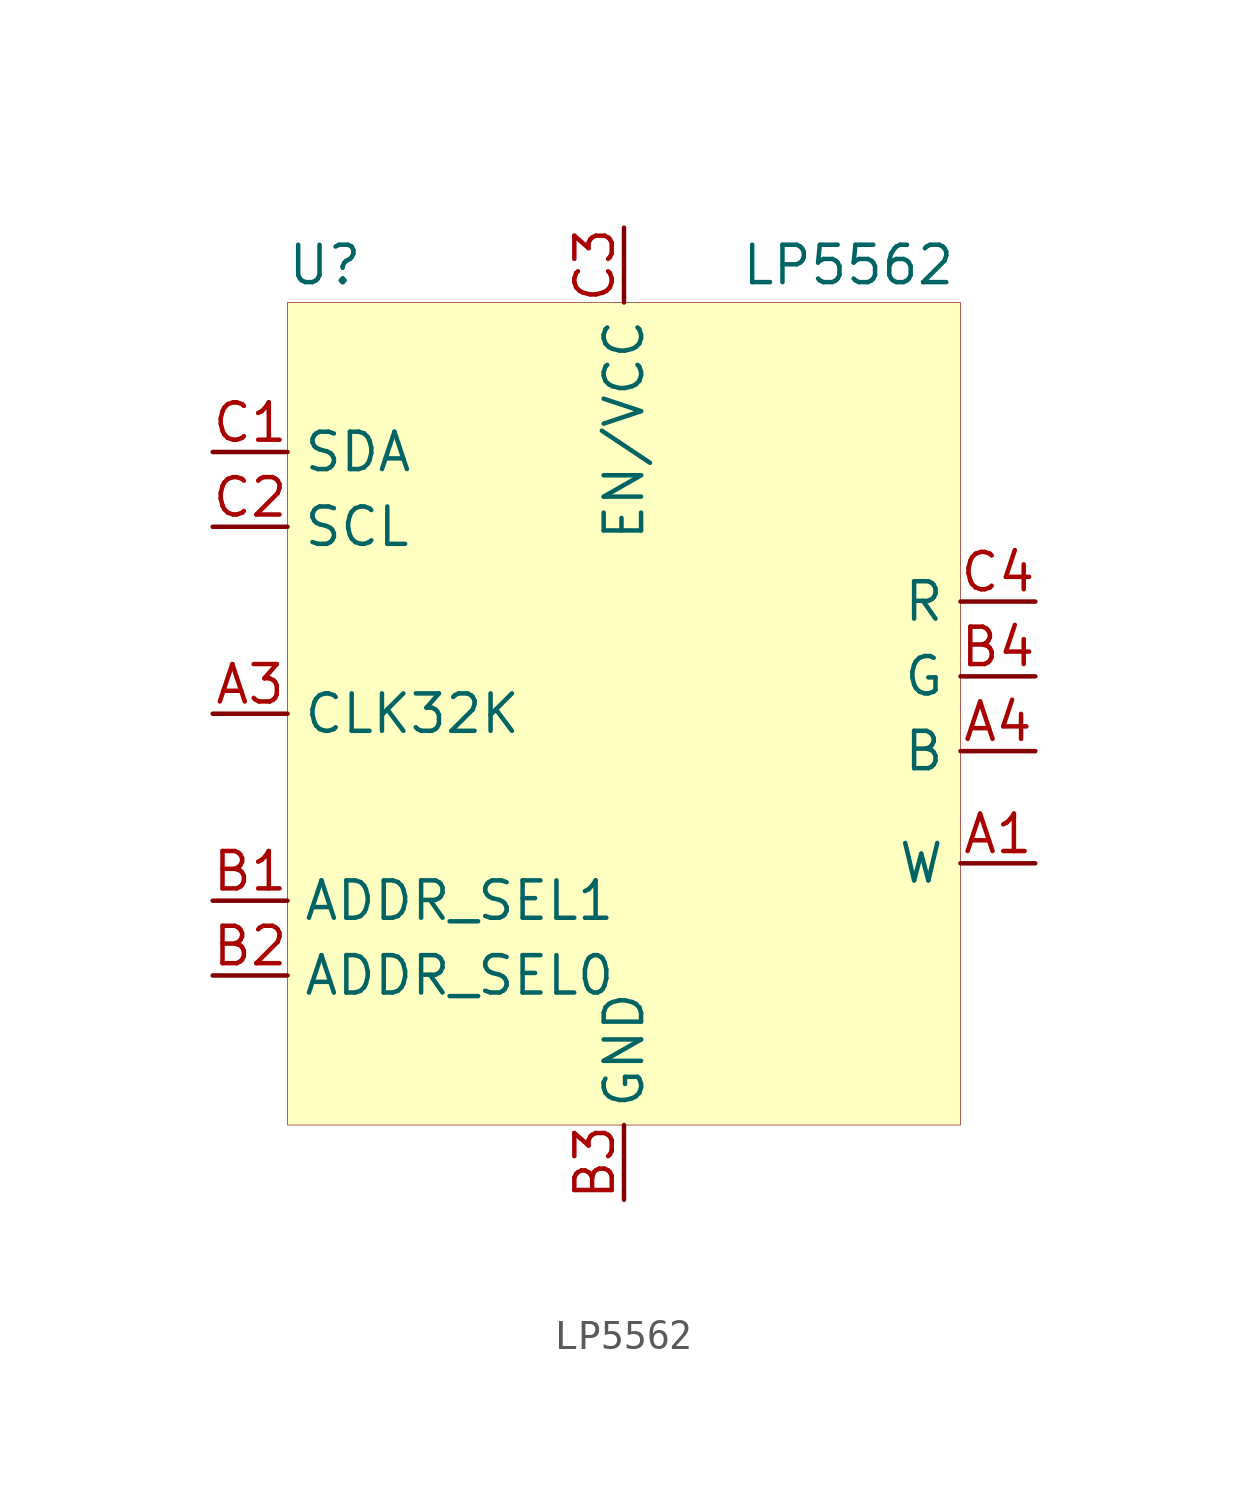
<source format=kicad_sym>
(kicad_symbol_lib
  (version 20201005)
  (generator kicad_symbol_editor)
  (symbol "LightBlue:LP5562"
    (property "Reference" "U"
      (at -10.16 15.24 0)
      (effects (font (size 1.27 1.27))))
    (property "Value" "LP5562"
      (at 7.62 15.24 0)
      (effects (font (size 1.27 1.27))))
    (symbol "LP5562_0_1"
      (rectangle (start -11.43 13.97) (end 11.43 -13.97) (stroke (width 0.001)) (fill (type background))))
    (symbol "LP5562_1_1"
      (pin input line (at 0 -16.51 90) (length 2.54) (name "GND" (effects (font (size 1.27 1.27)))) (number "B3" (effects (font (size 1.27 1.27)))))
      (pin bidirectional line (at -13.97 8.89 0) (length 2.54) (name "SDA" (effects (font (size 1.27 1.27)))) (number "C1" (effects (font (size 1.27 1.27)))))
      (pin input line (at -13.97 6.35 0) (length 2.54) (name "SCL" (effects (font (size 1.27 1.27)))) (number "C2" (effects (font (size 1.27 1.27)))))
      (pin input line (at -13.97 -6.35 0) (length 2.54) (name "ADDR_SEL1" (effects (font (size 1.27 1.27)))) (number "B1" (effects (font (size 1.27 1.27)))))
      (pin input line (at -13.97 -8.89 0) (length 2.54) (name "ADDR_SEL0" (effects (font (size 1.27 1.27)))) (number "B2" (effects (font (size 1.27 1.27)))))
      (pin output line (at 13.97 -5.08 180) (length 2.54) (name "W" (effects (font (size 1.27 1.27)))) (number "A1" (effects (font (size 1.27 1.27)))))
      (pin output line (at 13.97 3.81 180) (length 2.54) (name "R" (effects (font (size 1.27 1.27)))) (number "C4" (effects (font (size 1.27 1.27)))))
      (pin output line (at 13.97 1.27 180) (length 2.54) (name "G" (effects (font (size 1.27 1.27)))) (number "B4" (effects (font (size 1.27 1.27)))))
      (pin output line (at 13.97 -1.27 180) (length 2.54) (name "B" (effects (font (size 1.27 1.27)))) (number "A4" (effects (font (size 1.27 1.27)))))
      (pin input line (at 0 16.51 270) (length 2.54) (name "EN/VCC" (effects (font (size 1.27 1.27)))) (number "C3" (effects (font (size 1.27 1.27)))))
      (pin input line (at -13.97 0 0) (length 2.54) (name "CLK32K" (effects (font (size 1.27 1.27)))) (number "A3" (effects (font (size 1.27 1.27))))))))
</source>
